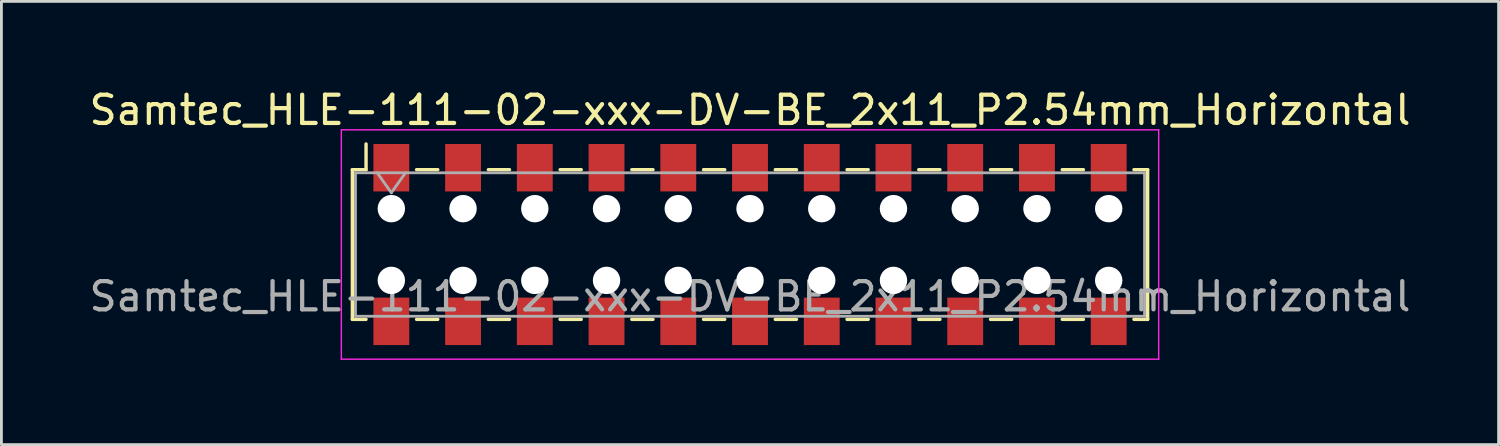
<source format=kicad_pcb>
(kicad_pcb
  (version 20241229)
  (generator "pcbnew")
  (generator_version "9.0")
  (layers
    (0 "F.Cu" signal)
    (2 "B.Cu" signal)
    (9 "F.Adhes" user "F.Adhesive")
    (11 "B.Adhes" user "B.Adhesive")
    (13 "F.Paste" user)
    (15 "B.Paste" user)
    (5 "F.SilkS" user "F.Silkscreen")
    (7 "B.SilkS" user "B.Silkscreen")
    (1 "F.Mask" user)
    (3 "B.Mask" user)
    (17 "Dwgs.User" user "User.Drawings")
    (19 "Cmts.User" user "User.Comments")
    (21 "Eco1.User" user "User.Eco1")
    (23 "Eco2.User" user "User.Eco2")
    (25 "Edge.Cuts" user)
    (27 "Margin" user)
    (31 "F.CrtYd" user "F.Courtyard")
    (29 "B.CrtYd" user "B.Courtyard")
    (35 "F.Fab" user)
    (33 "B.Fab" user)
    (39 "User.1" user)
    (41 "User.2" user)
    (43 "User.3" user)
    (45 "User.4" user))
  (footprint "Samtec_HLE-111-02-xxx-DV-BE_2x11_P2.54mm_Horizontal"
    (layer "F.Cu")
    (at 23.506 5.608)
    (property "Reference" "Samtec_HLE-111-02-xxx-DV-BE_2x11_P2.54mm_Horizontal" (at 0 -4.76 0) (layer "F.SilkS") (effects (font (size 1 1) (thickness 0.15))))
    (attr smd)
    (fp_line (start -14.08 -2.65) (end -14.08 2.65) (stroke (width 0.12) (type solid)) (layer "F.SilkS"))
    (fp_line (start -14.08 2.65) (end -13.595 2.65) (stroke (width 0.12) (type solid)) (layer "F.SilkS"))
    (fp_line (start -13.595 -3.56) (end -13.595 -2.65) (stroke (width 0.12) (type solid)) (layer "F.SilkS"))
    (fp_line (start -13.595 -2.65) (end -14.08 -2.65) (stroke (width 0.12) (type solid)) (layer "F.SilkS"))
    (fp_line (start -11.805 -2.65) (end -11.055 -2.65) (stroke (width 0.12) (type solid)) (layer "F.SilkS"))
    (fp_line (start -11.805 2.65) (end -11.055 2.65) (stroke (width 0.12) (type solid)) (layer "F.SilkS"))
    (fp_line (start -9.265 -2.65) (end -8.515 -2.65) (stroke (width 0.12) (type solid)) (layer "F.SilkS"))
    (fp_line (start -9.265 2.65) (end -8.515 2.65) (stroke (width 0.12) (type solid)) (layer "F.SilkS"))
    (fp_line (start -6.725 -2.65) (end -5.975 -2.65) (stroke (width 0.12) (type solid)) (layer "F.SilkS"))
    (fp_line (start -6.725 2.65) (end -5.975 2.65) (stroke (width 0.12) (type solid)) (layer "F.SilkS"))
    (fp_line (start -4.185 -2.65) (end -3.435 -2.65) (stroke (width 0.12) (type solid)) (layer "F.SilkS"))
    (fp_line (start -4.185 2.65) (end -3.435 2.65) (stroke (width 0.12) (type solid)) (layer "F.SilkS"))
    (fp_line (start -1.645 -2.65) (end -0.895 -2.65) (stroke (width 0.12) (type solid)) (layer "F.SilkS"))
    (fp_line (start -1.645 2.65) (end -0.895 2.65) (stroke (width 0.12) (type solid)) (layer "F.SilkS"))
    (fp_line (start 0.895 -2.65) (end 1.645 -2.65) (stroke (width 0.12) (type solid)) (layer "F.SilkS"))
    (fp_line (start 0.895 2.65) (end 1.645 2.65) (stroke (width 0.12) (type solid)) (layer "F.SilkS"))
    (fp_line (start 3.435 -2.65) (end 4.185 -2.65) (stroke (width 0.12) (type solid)) (layer "F.SilkS"))
    (fp_line (start 3.435 2.65) (end 4.185 2.65) (stroke (width 0.12) (type solid)) (layer "F.SilkS"))
    (fp_line (start 5.975 -2.65) (end 6.725 -2.65) (stroke (width 0.12) (type solid)) (layer "F.SilkS"))
    (fp_line (start 5.975 2.65) (end 6.725 2.65) (stroke (width 0.12) (type solid)) (layer "F.SilkS"))
    (fp_line (start 8.515 -2.65) (end 9.265 -2.65) (stroke (width 0.12) (type solid)) (layer "F.SilkS"))
    (fp_line (start 8.515 2.65) (end 9.265 2.65) (stroke (width 0.12) (type solid)) (layer "F.SilkS"))
    (fp_line (start 11.055 -2.65) (end 11.805 -2.65) (stroke (width 0.12) (type solid)) (layer "F.SilkS"))
    (fp_line (start 11.055 2.65) (end 11.805 2.65) (stroke (width 0.12) (type solid)) (layer "F.SilkS"))
    (fp_line (start 13.595 -2.65) (end 14.08 -2.65) (stroke (width 0.12) (type solid)) (layer "F.SilkS"))
    (fp_line (start 14.08 -2.65) (end 14.08 2.65) (stroke (width 0.12) (type solid)) (layer "F.SilkS"))
    (fp_line (start 14.08 2.65) (end 13.595 2.65) (stroke (width 0.12) (type solid)) (layer "F.SilkS"))
    (fp_line (start -14.47 -4.06) (end 14.47 -4.06) (stroke (width 0.05) (type solid)) (layer "F.CrtYd"))
    (fp_line (start -14.47 4.06) (end -14.47 -4.06) (stroke (width 0.05) (type solid)) (layer "F.CrtYd"))
    (fp_line (start 14.47 -4.06) (end 14.47 4.06) (stroke (width 0.05) (type solid)) (layer "F.CrtYd"))
    (fp_line (start 14.47 4.06) (end -14.47 4.06) (stroke (width 0.05) (type solid)) (layer "F.CrtYd"))
    (fp_line (start -13.97 -2.54) (end 13.97 -2.54) (stroke (width 0.1) (type solid)) (layer "F.Fab"))
    (fp_line (start -13.97 2.54) (end -13.97 -2.54) (stroke (width 0.1) (type solid)) (layer "F.Fab"))
    (fp_line (start -13.2 -2.54) (end -12.7 -1.833) (stroke (width 0.1) (type solid)) (layer "F.Fab"))
    (fp_line (start -12.7 -1.833) (end -12.2 -2.54) (stroke (width 0.1) (type solid)) (layer "F.Fab"))
    (fp_line (start 13.97 -2.54) (end 13.97 2.54) (stroke (width 0.1) (type solid)) (layer "F.Fab"))
    (fp_line (start 13.97 2.54) (end -13.97 2.54) (stroke (width 0.1) (type solid)) (layer "F.Fab"))
    (fp_text user "${REFERENCE}" (at 0 1.84 0) (layer "F.Fab") (effects (font (size 1 1) (thickness 0.15))))
    (pad "" np_thru_hole circle (at -12.7 -1.27) (size 0.97 0.97) (drill 0.97) (layers "*.Cu" "*.Mask"))
    (pad "" np_thru_hole circle (at -12.7 1.27) (size 0.97 0.97) (drill 0.97) (layers "*.Cu" "*.Mask"))
    (pad "" np_thru_hole circle (at -10.16 -1.27) (size 0.97 0.97) (drill 0.97) (layers "*.Cu" "*.Mask"))
    (pad "" np_thru_hole circle (at -10.16 1.27) (size 0.97 0.97) (drill 0.97) (layers "*.Cu" "*.Mask"))
    (pad "" np_thru_hole circle (at -7.62 -1.27) (size 0.97 0.97) (drill 0.97) (layers "*.Cu" "*.Mask"))
    (pad "" np_thru_hole circle (at -7.62 1.27) (size 0.97 0.97) (drill 0.97) (layers "*.Cu" "*.Mask"))
    (pad "" np_thru_hole circle (at -5.08 -1.27) (size 0.97 0.97) (drill 0.97) (layers "*.Cu" "*.Mask"))
    (pad "" np_thru_hole circle (at -5.08 1.27) (size 0.97 0.97) (drill 0.97) (layers "*.Cu" "*.Mask"))
    (pad "" np_thru_hole circle (at -2.54 -1.27) (size 0.97 0.97) (drill 0.97) (layers "*.Cu" "*.Mask"))
    (pad "" np_thru_hole circle (at -2.54 1.27) (size 0.97 0.97) (drill 0.97) (layers "*.Cu" "*.Mask"))
    (pad "" np_thru_hole circle (at 0 -1.27) (size 0.97 0.97) (drill 0.97) (layers "*.Cu" "*.Mask"))
    (pad "" np_thru_hole circle (at 0 1.27) (size 0.97 0.97) (drill 0.97) (layers "*.Cu" "*.Mask"))
    (pad "" np_thru_hole circle (at 2.54 -1.27) (size 0.97 0.97) (drill 0.97) (layers "*.Cu" "*.Mask"))
    (pad "" np_thru_hole circle (at 2.54 1.27) (size 0.97 0.97) (drill 0.97) (layers "*.Cu" "*.Mask"))
    (pad "" np_thru_hole circle (at 5.08 -1.27) (size 0.97 0.97) (drill 0.97) (layers "*.Cu" "*.Mask"))
    (pad "" np_thru_hole circle (at 5.08 1.27) (size 0.97 0.97) (drill 0.97) (layers "*.Cu" "*.Mask"))
    (pad "" np_thru_hole circle (at 7.62 -1.27) (size 0.97 0.97) (drill 0.97) (layers "*.Cu" "*.Mask"))
    (pad "" np_thru_hole circle (at 7.62 1.27) (size 0.97 0.97) (drill 0.97) (layers "*.Cu" "*.Mask"))
    (pad "" np_thru_hole circle (at 10.16 -1.27) (size 0.97 0.97) (drill 0.97) (layers "*.Cu" "*.Mask"))
    (pad "" np_thru_hole circle (at 10.16 1.27) (size 0.97 0.97) (drill 0.97) (layers "*.Cu" "*.Mask"))
    (pad "" np_thru_hole circle (at 12.7 -1.27) (size 0.97 0.97) (drill 0.97) (layers "*.Cu" "*.Mask"))
    (pad "" np_thru_hole circle (at 12.7 1.27) (size 0.97 0.97) (drill 0.97) (layers "*.Cu" "*.Mask"))
    (pad "1" smd rect (at -12.7 -2.72) (size 1.27 1.68) (layers "F.Cu" "F.Mask" "F.Paste"))
    (pad "2" smd rect (at -12.7 2.72) (size 1.27 1.68) (layers "F.Cu" "F.Mask" "F.Paste"))
    (pad "3" smd rect (at -10.16 -2.72) (size 1.27 1.68) (layers "F.Cu" "F.Mask" "F.Paste"))
    (pad "4" smd rect (at -10.16 2.72) (size 1.27 1.68) (layers "F.Cu" "F.Mask" "F.Paste"))
    (pad "5" smd rect (at -7.62 -2.72) (size 1.27 1.68) (layers "F.Cu" "F.Mask" "F.Paste"))
    (pad "6" smd rect (at -7.62 2.72) (size 1.27 1.68) (layers "F.Cu" "F.Mask" "F.Paste"))
    (pad "7" smd rect (at -5.08 -2.72) (size 1.27 1.68) (layers "F.Cu" "F.Mask" "F.Paste"))
    (pad "8" smd rect (at -5.08 2.72) (size 1.27 1.68) (layers "F.Cu" "F.Mask" "F.Paste"))
    (pad "9" smd rect (at -2.54 -2.72) (size 1.27 1.68) (layers "F.Cu" "F.Mask" "F.Paste"))
    (pad "10" smd rect (at -2.54 2.72) (size 1.27 1.68) (layers "F.Cu" "F.Mask" "F.Paste"))
    (pad "11" smd rect (at 0 -2.72) (size 1.27 1.68) (layers "F.Cu" "F.Mask" "F.Paste"))
    (pad "12" smd rect (at 0 2.72) (size 1.27 1.68) (layers "F.Cu" "F.Mask" "F.Paste"))
    (pad "13" smd rect (at 2.54 -2.72) (size 1.27 1.68) (layers "F.Cu" "F.Mask" "F.Paste"))
    (pad "14" smd rect (at 2.54 2.72) (size 1.27 1.68) (layers "F.Cu" "F.Mask" "F.Paste"))
    (pad "15" smd rect (at 5.08 -2.72) (size 1.27 1.68) (layers "F.Cu" "F.Mask" "F.Paste"))
    (pad "16" smd rect (at 5.08 2.72) (size 1.27 1.68) (layers "F.Cu" "F.Mask" "F.Paste"))
    (pad "17" smd rect (at 7.62 -2.72) (size 1.27 1.68) (layers "F.Cu" "F.Mask" "F.Paste"))
    (pad "18" smd rect (at 7.62 2.72) (size 1.27 1.68) (layers "F.Cu" "F.Mask" "F.Paste"))
    (pad "19" smd rect (at 10.16 -2.72) (size 1.27 1.68) (layers "F.Cu" "F.Mask" "F.Paste"))
    (pad "20" smd rect (at 10.16 2.72) (size 1.27 1.68) (layers "F.Cu" "F.Mask" "F.Paste"))
    (pad "21" smd rect (at 12.7 -2.72) (size 1.27 1.68) (layers "F.Cu" "F.Mask" "F.Paste"))
    (pad "22" smd rect (at 12.7 2.72) (size 1.27 1.68) (layers "F.Cu" "F.Mask" "F.Paste")))
  (gr_rect
    (start -3 -3)
    (end 50.012 12.693)
    (stroke (width 0.1) (type default))
    (fill no)
    (layer "Edge.Cuts")))
</source>
